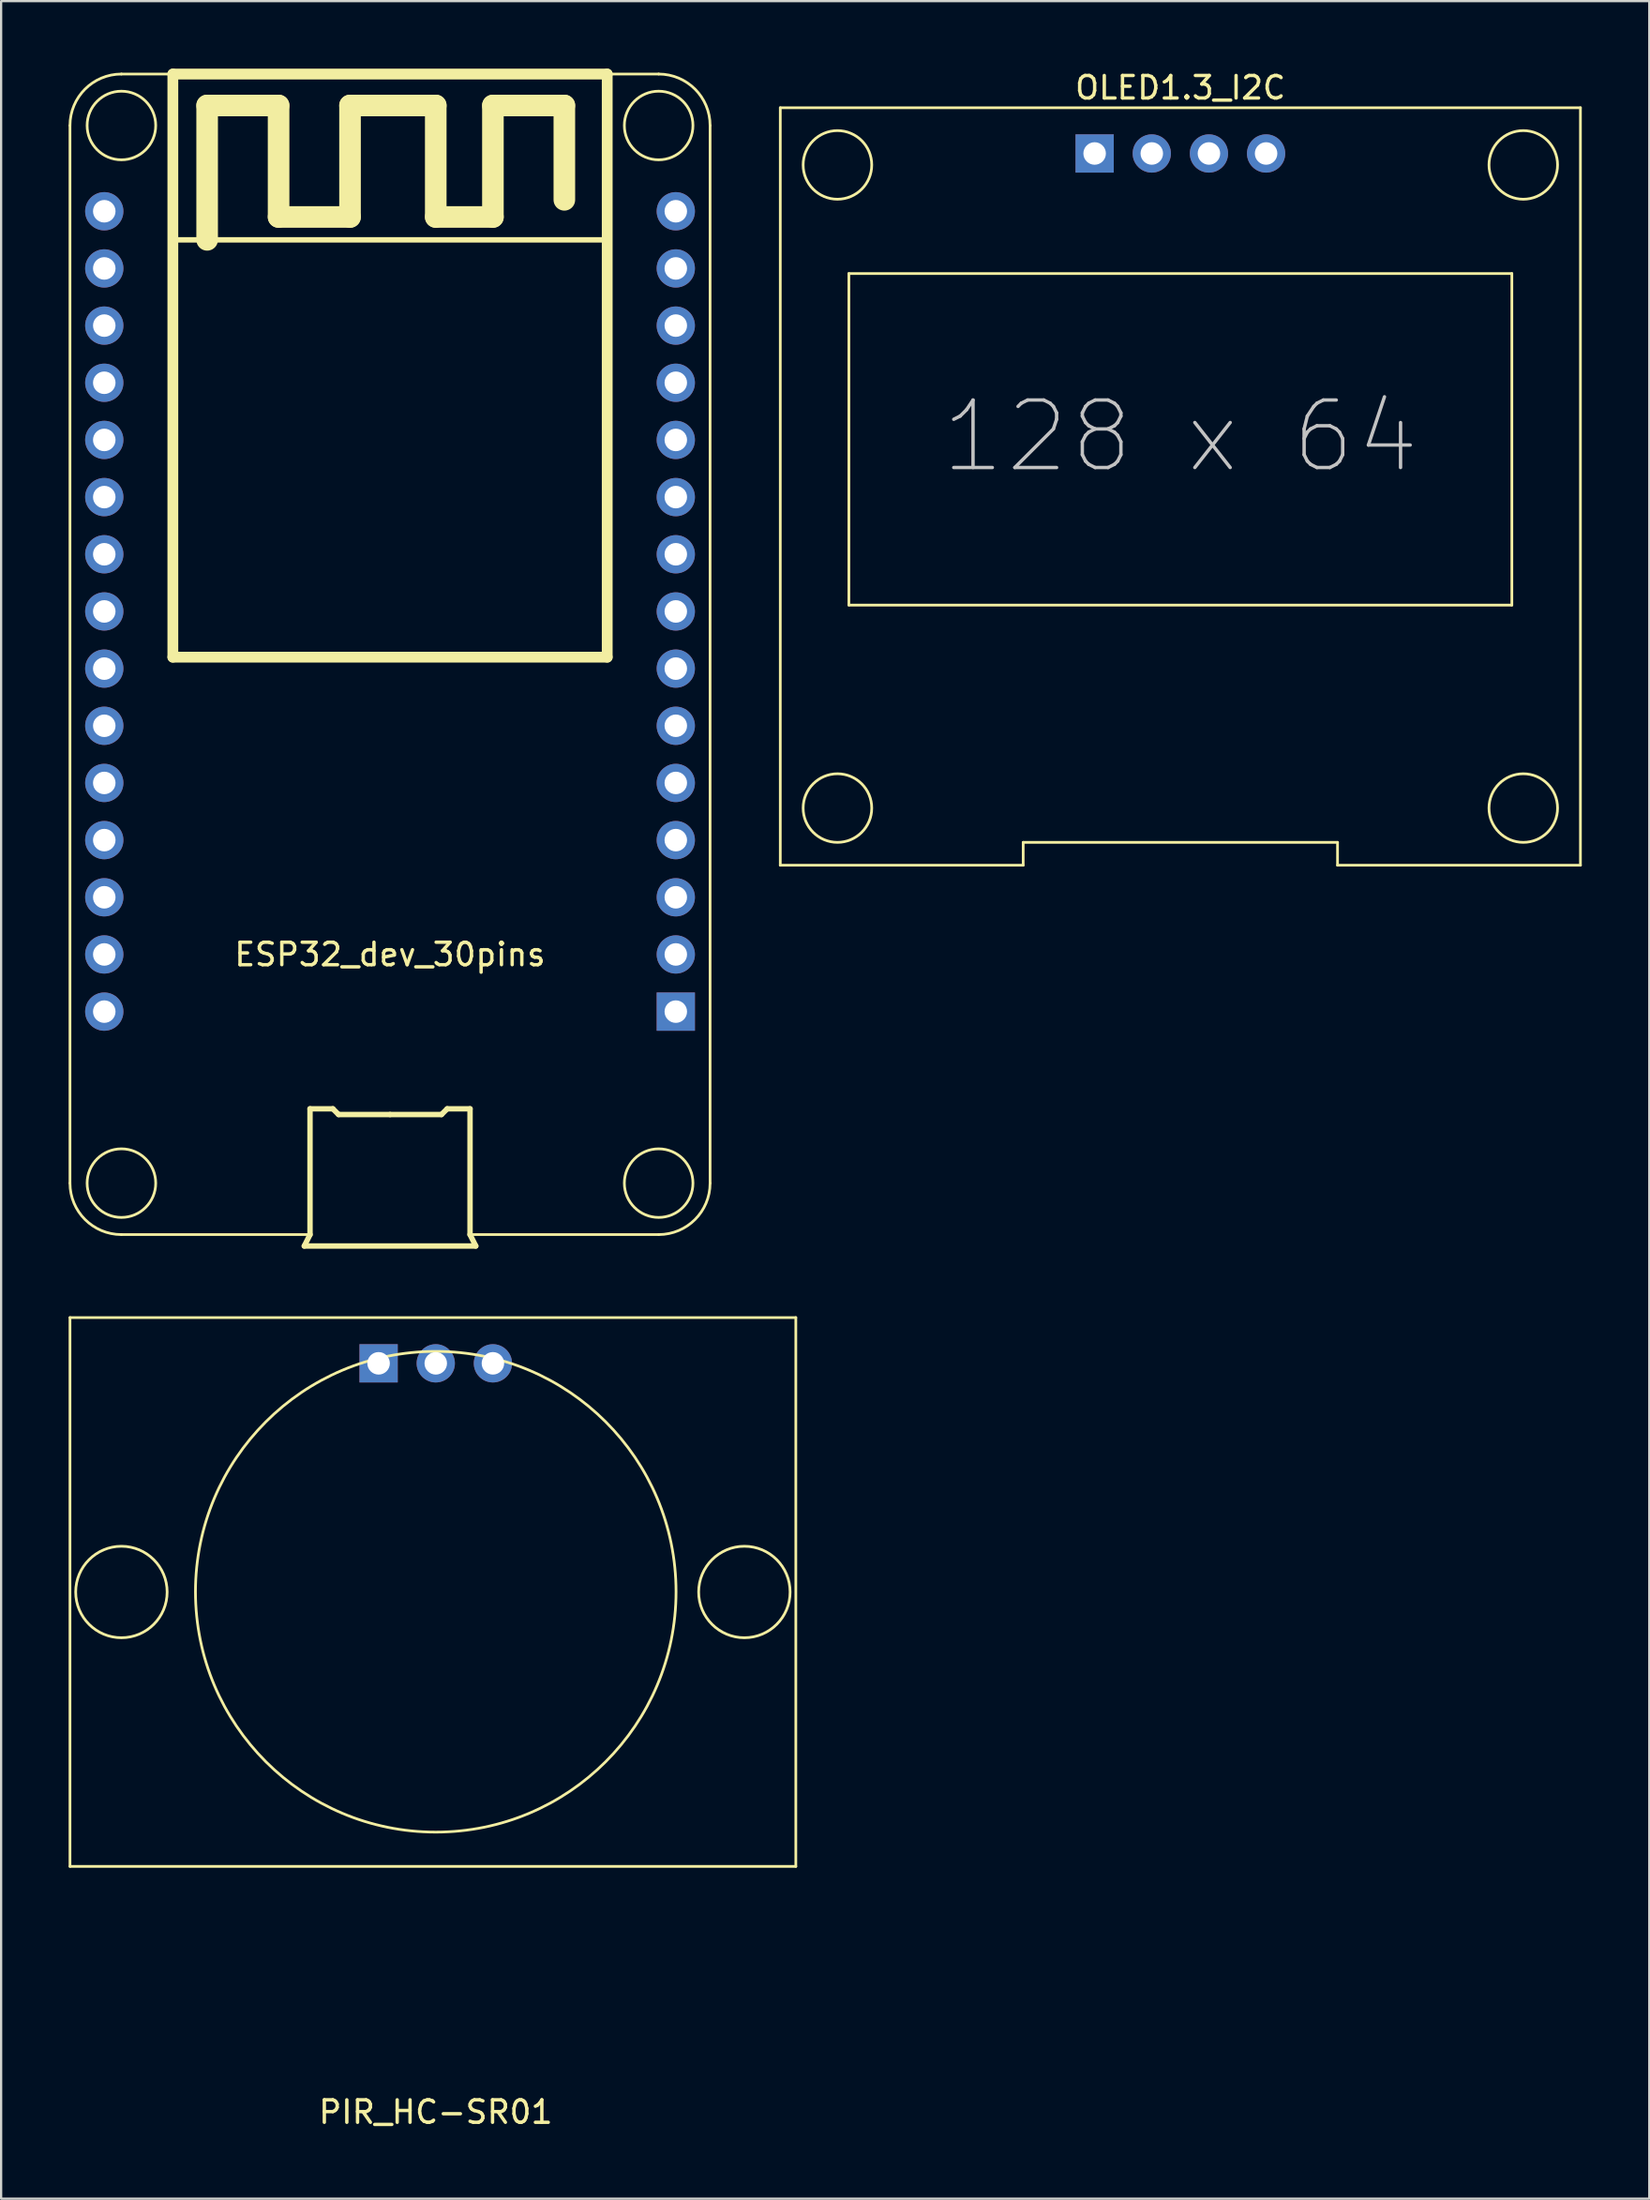
<source format=kicad_pcb>
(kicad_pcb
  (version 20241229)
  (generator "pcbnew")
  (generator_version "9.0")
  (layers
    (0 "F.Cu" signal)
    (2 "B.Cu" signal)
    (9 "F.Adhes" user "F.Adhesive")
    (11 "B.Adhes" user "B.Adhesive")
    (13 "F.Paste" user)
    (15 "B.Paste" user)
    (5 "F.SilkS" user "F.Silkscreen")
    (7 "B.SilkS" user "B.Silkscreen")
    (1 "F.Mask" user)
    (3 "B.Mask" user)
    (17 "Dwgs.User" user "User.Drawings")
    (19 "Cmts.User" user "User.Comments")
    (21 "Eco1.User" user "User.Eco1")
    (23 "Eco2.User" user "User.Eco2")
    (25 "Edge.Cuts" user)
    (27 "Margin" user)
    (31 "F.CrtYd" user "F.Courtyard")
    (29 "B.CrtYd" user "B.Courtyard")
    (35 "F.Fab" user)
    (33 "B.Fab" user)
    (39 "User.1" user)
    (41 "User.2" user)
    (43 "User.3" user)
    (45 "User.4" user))
  (footprint "PIR_HC-SR01"
    (layer "F.Cu")
    (at 16.316 67.682)
    (property "Reference" "PIR_HC-SR01" (at 0 23.106 0) (layer "F.SilkS") (effects (font (size 1 1) (thickness 0.15))))
    (attr through_hole)
    (fp_line (start -16.256 -12.192) (end -16.256 12.192) (stroke (width 0.12) (type solid)) (layer "F.SilkS"))
    (fp_line (start -16.256 12.192) (end 16.002 12.192) (stroke (width 0.12) (type solid)) (layer "F.SilkS"))
    (fp_line (start 16.002 -12.192) (end -16.256 -12.192) (stroke (width 0.12) (type solid)) (layer "F.SilkS"))
    (fp_line (start 16.002 12.192) (end 16.002 -12.192) (stroke (width 0.12) (type solid)) (layer "F.SilkS"))
    (fp_circle (center -13.97 0) (end -13.97 2.032) (stroke (width 0.12) (type solid)) (fill no) (layer "F.SilkS"))
    (fp_circle (center 0 -0.011) (end 0 10.668) (stroke (width 0.12) (type solid)) (fill no) (layer "F.SilkS"))
    (fp_circle (center 13.716 0) (end 13.716 2.032) (stroke (width 0.12) (type solid)) (fill no) (layer "F.SilkS"))
    (pad "1" thru_hole rect (at -2.54 -10.16) (size 1.7 1.7) (drill 1) (layers "*.Cu" "*.Mask"))
    (pad "2" thru_hole circle (at 0 -10.16) (size 1.7 1.7) (drill 1) (layers "*.Cu" "*.Mask"))
    (pad "3" thru_hole circle (at 2.54 -10.16) (size 1.7 1.7) (drill 1) (layers "*.Cu" "*.Mask")))
  (footprint "ESP32_dev_30pins"
    (layer "F.Cu")
    (at 14.284 25.386)
    (property "Reference" "ESP32_dev_30pins" (at 0 13.97 0) (layer "F.SilkS") (effects (font (size 1 1) (thickness 0.15))))
    (attr through_hole)
    (fp_line (start -14.224 -22.86) (end -14.224 24.13) (stroke (width 0.12) (type solid)) (layer "F.SilkS"))
    (fp_line (start -11.938 26.416) (end -3.556 26.416) (stroke (width 0.12) (type solid)) (layer "F.SilkS"))
    (fp_line (start -9.652 -25.146) (end -11.938 -25.146) (stroke (width 0.12) (type solid)) (layer "F.SilkS"))
    (fp_line (start -9.652 -25.146) (end -9.652 0.762) (stroke (width 0.48) (type solid)) (layer "F.SilkS"))
    (fp_line (start -9.652 -17.78) (end 9.652 -17.78) (stroke (width 0.24) (type solid)) (layer "F.SilkS"))
    (fp_line (start -9.652 0.762) (end 9.652 0.762) (stroke (width 0.48) (type solid)) (layer "F.SilkS"))
    (fp_line (start -8.128 -23.749) (end -4.953 -23.749) (stroke (width 0.96) (type solid)) (layer "F.SilkS"))
    (fp_line (start -8.128 -17.78) (end -8.128 -23.749) (stroke (width 0.96) (type solid)) (layer "F.SilkS"))
    (fp_line (start -4.953 -23.749) (end -4.953 -18.796) (stroke (width 0.96) (type solid)) (layer "F.SilkS"))
    (fp_line (start -4.953 -18.796) (end -1.778 -18.796) (stroke (width 0.96) (type solid)) (layer "F.SilkS"))
    (fp_line (start -3.81 26.924) (end -3.556 26.416) (stroke (width 0.24) (type solid)) (layer "F.SilkS"))
    (fp_line (start -3.556 20.828) (end -2.54 20.828) (stroke (width 0.24) (type solid)) (layer "F.SilkS"))
    (fp_line (start -3.556 26.416) (end -3.556 20.828) (stroke (width 0.24) (type solid)) (layer "F.SilkS"))
    (fp_line (start -2.54 20.828) (end -2.286 21.082) (stroke (width 0.24) (type solid)) (layer "F.SilkS"))
    (fp_line (start -2.286 21.082) (end 0 21.082) (stroke (width 0.24) (type solid)) (layer "F.SilkS"))
    (fp_line (start -1.778 -23.749) (end 2.032 -23.749) (stroke (width 0.96) (type solid)) (layer "F.SilkS"))
    (fp_line (start -1.778 -18.796) (end -1.778 -23.749) (stroke (width 0.96) (type solid)) (layer "F.SilkS"))
    (fp_line (start 0 21.082) (end 2.286 21.082) (stroke (width 0.24) (type solid)) (layer "F.SilkS"))
    (fp_line (start 2.032 -23.749) (end 2.032 -18.796) (stroke (width 0.96) (type solid)) (layer "F.SilkS"))
    (fp_line (start 2.032 -18.796) (end 4.572 -18.796) (stroke (width 0.96) (type solid)) (layer "F.SilkS"))
    (fp_line (start 2.286 21.082) (end 2.54 20.828) (stroke (width 0.24) (type solid)) (layer "F.SilkS"))
    (fp_line (start 2.54 20.828) (end 3.556 20.828) (stroke (width 0.24) (type solid)) (layer "F.SilkS"))
    (fp_line (start 3.556 20.828) (end 3.556 26.416) (stroke (width 0.24) (type solid)) (layer "F.SilkS"))
    (fp_line (start 3.556 26.416) (end 3.81 26.924) (stroke (width 0.24) (type solid)) (layer "F.SilkS"))
    (fp_line (start 3.556 26.416) (end 11.938 26.416) (stroke (width 0.12) (type solid)) (layer "F.SilkS"))
    (fp_line (start 3.81 26.924) (end -3.81 26.924) (stroke (width 0.24) (type solid)) (layer "F.SilkS"))
    (fp_line (start 4.572 -23.749) (end 7.747 -23.749) (stroke (width 0.96) (type solid)) (layer "F.SilkS"))
    (fp_line (start 4.572 -18.796) (end 4.572 -23.749) (stroke (width 0.96) (type solid)) (layer "F.SilkS"))
    (fp_line (start 7.747 -23.749) (end 7.747 -19.558) (stroke (width 0.96) (type solid)) (layer "F.SilkS"))
    (fp_line (start 9.652 -25.146) (end -9.652 -25.146) (stroke (width 0.48) (type solid)) (layer "F.SilkS"))
    (fp_line (start 9.652 -25.146) (end 11.938 -25.146) (stroke (width 0.12) (type solid)) (layer "F.SilkS"))
    (fp_line (start 9.652 0.762) (end 9.652 -25.146) (stroke (width 0.48) (type solid)) (layer "F.SilkS"))
    (fp_line (start 14.224 -22.86) (end 14.224 24.13) (stroke (width 0.12) (type solid)) (layer "F.SilkS"))
    (fp_arc (start -14.224 -22.86) (mid -13.554446 -24.476446) (end -11.938 -25.146) (stroke (width 0.12) (type solid)) (layer "F.SilkS"))
    (fp_arc (start -11.938 26.416) (mid -13.554446 25.746446) (end -14.224 24.13) (stroke (width 0.12) (type solid)) (layer "F.SilkS"))
    (fp_arc (start 11.938 -25.146) (mid 13.554446 -24.476446) (end 14.224 -22.86) (stroke (width 0.12) (type solid)) (layer "F.SilkS"))
    (fp_arc (start 14.224 24.13) (mid 13.554446 25.746446) (end 11.938 26.416) (stroke (width 0.12) (type solid)) (layer "F.SilkS"))
    (fp_circle (center -11.938 -22.86) (end -10.414 -22.86) (stroke (width 0.12) (type solid)) (fill no) (layer "F.SilkS"))
    (fp_circle (center -11.938 24.13) (end -10.414 24.13) (stroke (width 0.12) (type solid)) (fill no) (layer "F.SilkS"))
    (fp_circle (center 11.938 -22.86) (end 13.462 -22.86) (stroke (width 0.12) (type solid)) (fill no) (layer "F.SilkS"))
    (fp_circle (center 11.938 24.13) (end 13.462 24.13) (stroke (width 0.12) (type solid)) (fill no) (layer "F.SilkS"))
    (pad "1" thru_hole rect (at 12.7 16.51 180) (size 1.7 1.7) (drill 1) (layers "*.Cu" "*.Mask"))
    (pad "2" thru_hole circle (at 12.7 13.97 180) (size 1.7 1.7) (drill 1) (layers "*.Cu" "*.Mask"))
    (pad "3" thru_hole circle (at 12.7 11.43 180) (size 1.7 1.7) (drill 1) (layers "*.Cu" "*.Mask"))
    (pad "4" thru_hole circle (at 12.7 8.89 180) (size 1.7 1.7) (drill 1) (layers "*.Cu" "*.Mask"))
    (pad "5" thru_hole circle (at 12.7 6.35 180) (size 1.7 1.7) (drill 1) (layers "*.Cu" "*.Mask"))
    (pad "6" thru_hole circle (at 12.7 3.81 180) (size 1.7 1.7) (drill 1) (layers "*.Cu" "*.Mask"))
    (pad "7" thru_hole circle (at 12.7 1.27 180) (size 1.7 1.7) (drill 1) (layers "*.Cu" "*.Mask"))
    (pad "8" thru_hole circle (at 12.7 -1.27 180) (size 1.7 1.7) (drill 1) (layers "*.Cu" "*.Mask"))
    (pad "9" thru_hole circle (at 12.7 -3.81 180) (size 1.7 1.7) (drill 1) (layers "*.Cu" "*.Mask"))
    (pad "10" thru_hole circle (at 12.7 -6.35 180) (size 1.7 1.7) (drill 1) (layers "*.Cu" "*.Mask"))
    (pad "11" thru_hole circle (at 12.7 -8.89 180) (size 1.7 1.7) (drill 1) (layers "*.Cu" "*.Mask"))
    (pad "12" thru_hole circle (at 12.7 -11.43 180) (size 1.7 1.7) (drill 1) (layers "*.Cu" "*.Mask"))
    (pad "13" thru_hole circle (at 12.7 -13.97 180) (size 1.7 1.7) (drill 1) (layers "*.Cu" "*.Mask"))
    (pad "14" thru_hole circle (at 12.7 -16.51 180) (size 1.7 1.7) (drill 1) (layers "*.Cu" "*.Mask"))
    (pad "15" thru_hole circle (at 12.7 -19.05 180) (size 1.7 1.7) (drill 1) (layers "*.Cu" "*.Mask"))
    (pad "16" thru_hole circle (at -12.7 -19.05 180) (size 1.7 1.7) (drill 1) (layers "*.Cu" "*.Mask"))
    (pad "17" thru_hole circle (at -12.7 -16.51 180) (size 1.7 1.7) (drill 1) (layers "*.Cu" "*.Mask"))
    (pad "18" thru_hole circle (at -12.7 -13.97 180) (size 1.7 1.7) (drill 1) (layers "*.Cu" "*.Mask"))
    (pad "19" thru_hole circle (at -12.7 -11.43 180) (size 1.7 1.7) (drill 1) (layers "*.Cu" "*.Mask"))
    (pad "20" thru_hole circle (at -12.7 -8.89 180) (size 1.7 1.7) (drill 1) (layers "*.Cu" "*.Mask"))
    (pad "21" thru_hole circle (at -12.7 -6.35 180) (size 1.7 1.7) (drill 1) (layers "*.Cu" "*.Mask"))
    (pad "22" thru_hole circle (at -12.7 -3.81 180) (size 1.7 1.7) (drill 1) (layers "*.Cu" "*.Mask"))
    (pad "23" thru_hole circle (at -12.7 -1.27 180) (size 1.7 1.7) (drill 1) (layers "*.Cu" "*.Mask"))
    (pad "24" thru_hole circle (at -12.7 1.27 180) (size 1.7 1.7) (drill 1) (layers "*.Cu" "*.Mask"))
    (pad "25" thru_hole circle (at -12.7 3.81 180) (size 1.7 1.7) (drill 1) (layers "*.Cu" "*.Mask"))
    (pad "26" thru_hole circle (at -12.7 6.35 180) (size 1.7 1.7) (drill 1) (layers "*.Cu" "*.Mask"))
    (pad "27" thru_hole circle (at -12.7 8.89 180) (size 1.7 1.7) (drill 1) (layers "*.Cu" "*.Mask"))
    (pad "28" thru_hole circle (at -12.7 11.43 180) (size 1.7 1.7) (drill 1) (layers "*.Cu" "*.Mask"))
    (pad "29" thru_hole circle (at -12.7 13.97 180) (size 1.7 1.7) (drill 1) (layers "*.Cu" "*.Mask"))
    (pad "30" thru_hole circle (at -12.7 16.51 180) (size 1.7 1.7) (drill 1) (layers "*.Cu" "*.Mask")))
  (footprint "OLED1.3_I2C"
    (layer "F.Cu")
    (at 49.408 18.628)
    (property "Reference" "OLED1.3_I2C" (at 0 -17.78 0) (layer "F.SilkS") (effects (font (size 1 1) (thickness 0.15))))
    (attr through_hole)
    (fp_line (start -17.78 -16.891) (end 17.78 -16.891) (stroke (width 0.12) (type solid)) (layer "F.SilkS"))
    (fp_line (start -17.78 16.764) (end -17.78 -16.891) (stroke (width 0.12) (type solid)) (layer "F.SilkS"))
    (fp_line (start -14.732 -9.525) (end 14.732 -9.525) (stroke (width 0.12) (type solid)) (layer "F.SilkS"))
    (fp_line (start -14.732 5.207) (end -14.732 -9.525) (stroke (width 0.12) (type solid)) (layer "F.SilkS"))
    (fp_line (start -6.985 15.748) (end 6.985 15.748) (stroke (width 0.12) (type solid)) (layer "F.SilkS"))
    (fp_line (start -6.985 16.764) (end -17.78 16.764) (stroke (width 0.12) (type solid)) (layer "F.SilkS"))
    (fp_line (start -6.985 16.764) (end -6.985 15.748) (stroke (width 0.12) (type solid)) (layer "F.SilkS"))
    (fp_line (start 6.985 15.748) (end 6.985 16.764) (stroke (width 0.12) (type solid)) (layer "F.SilkS"))
    (fp_line (start 6.985 16.764) (end 17.78 16.764) (stroke (width 0.12) (type solid)) (layer "F.SilkS"))
    (fp_line (start 14.732 -9.525) (end 14.732 5.207) (stroke (width 0.12) (type solid)) (layer "F.SilkS"))
    (fp_line (start 14.732 5.207) (end -14.732 5.207) (stroke (width 0.12) (type solid)) (layer "F.SilkS"))
    (fp_line (start 17.78 -16.891) (end 17.78 16.764) (stroke (width 0.12) (type solid)) (layer "F.SilkS"))
    (fp_circle (center -15.24 -14.351) (end -13.716 -14.351) (stroke (width 0.12) (type solid)) (fill no) (layer "F.SilkS"))
    (fp_circle (center -15.24 14.224) (end -13.716 14.224) (stroke (width 0.12) (type solid)) (fill no) (layer "F.SilkS"))
    (fp_circle (center 15.24 -14.351) (end 16.764 -14.351) (stroke (width 0.12) (type solid)) (fill no) (layer "F.SilkS"))
    (fp_circle (center 15.24 14.224) (end 16.764 14.224) (stroke (width 0.12) (type solid)) (fill no) (layer "F.SilkS"))
    (fp_text user "128 x 64" (at 0 -2.286 0) (layer "Dwgs.User") (effects (font (size 3 3) (thickness 0.15))))
    (pad "1" thru_hole rect (at -3.81 -14.859) (size 1.7 1.7) (drill 1) (layers "*.Cu" "*.Mask"))
    (pad "2" thru_hole circle (at -1.27 -14.859) (size 1.7 1.7) (drill 1) (layers "*.Cu" "*.Mask"))
    (pad "3" thru_hole circle (at 1.27 -14.859) (size 1.7 1.7) (drill 1) (layers "*.Cu" "*.Mask"))
    (pad "4" thru_hole circle (at 3.81 -14.859 270) (size 1.7 1.7) (drill 1) (layers "*.Cu" "*.Mask")))
  (gr_rect
    (start -3 -3)
    (end 70.248 94.636)
    (stroke (width 0.1) (type default))
    (fill no)
    (layer "Edge.Cuts")))
</source>
